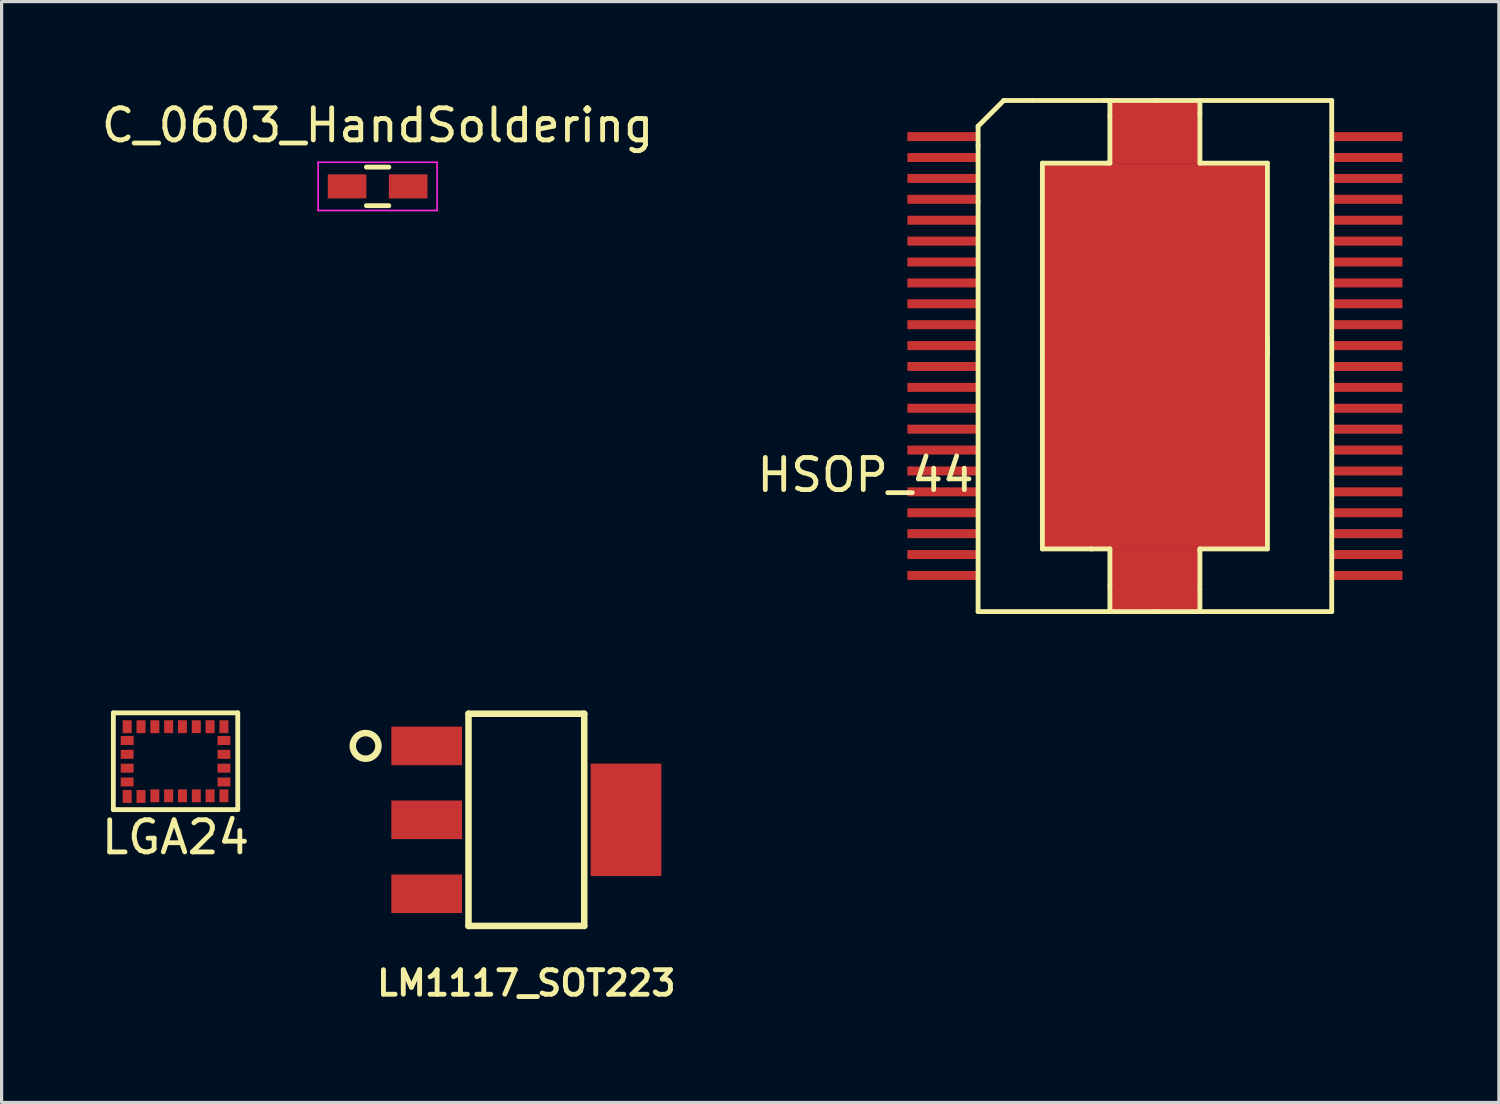
<source format=kicad_pcb>
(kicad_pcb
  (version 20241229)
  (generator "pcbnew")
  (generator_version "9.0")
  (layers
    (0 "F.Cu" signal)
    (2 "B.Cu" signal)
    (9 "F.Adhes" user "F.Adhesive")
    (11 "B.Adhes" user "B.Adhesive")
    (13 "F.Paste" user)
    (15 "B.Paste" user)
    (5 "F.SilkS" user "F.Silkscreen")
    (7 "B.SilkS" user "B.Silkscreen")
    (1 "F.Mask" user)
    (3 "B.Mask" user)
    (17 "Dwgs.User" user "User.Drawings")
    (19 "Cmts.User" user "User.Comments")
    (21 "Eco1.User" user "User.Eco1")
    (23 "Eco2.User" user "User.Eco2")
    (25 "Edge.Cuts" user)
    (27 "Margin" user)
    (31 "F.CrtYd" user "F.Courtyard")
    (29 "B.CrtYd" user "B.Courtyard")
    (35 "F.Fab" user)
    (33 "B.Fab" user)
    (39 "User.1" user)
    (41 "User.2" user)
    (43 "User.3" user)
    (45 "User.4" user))
  (footprint "LM1117_SOT223"
    (layer "F.Cu")
    (at 13.323 22.452)
    (property "Reference" "LM1117_SOT223" (at 0 5.08 0) (layer "F.SilkS") (effects (font (size 0.762 0.762) (thickness 0.152))))
    (attr smd)
    (fp_line (start -1.8 -3.3) (end 1.8 -3.3) (stroke (width 0.203) (type solid)) (layer "F.SilkS"))
    (fp_line (start -1.8 3.3) (end -1.8 -3.3) (stroke (width 0.203) (type solid)) (layer "F.SilkS"))
    (fp_line (start 1.8 -3.3) (end 1.8 3.3) (stroke (width 0.203) (type solid)) (layer "F.SilkS"))
    (fp_line (start 1.8 3.3) (end -1.8 3.3) (stroke (width 0.203) (type solid)) (layer "F.SilkS"))
    (fp_circle (center -5 -2.3) (end -4.6 -2.3) (stroke (width 0.203) (type solid)) (fill no) (layer "F.SilkS"))
    (pad "1" smd rect (at -3.1 2.3) (size 2.2 1.2) (layers "F.Cu" "F.Mask" "F.Paste"))
    (pad "2" smd rect (at -3.1 0) (size 2.2 1.2) (layers "F.Cu" "F.Mask" "F.Paste"))
    (pad "2" smd rect (at 3.1 0) (size 2.2 3.5) (layers "F.Cu" "F.Mask" "F.Paste"))
    (pad "3" smd rect (at -3.1 -2.3) (size 2.2 1.2) (layers "F.Cu" "F.Mask" "F.Paste")))
  (footprint "LGA24"
    (layer "F.Cu")
    (at 2.411 20.63)
    (property "Reference" "LGA24" (at 0 2.365 0) (layer "F.SilkS") (effects (font (size 1 1) (thickness 0.15))))
    (attr through_hole)
    (fp_line (start -1.935 -1.505) (end -1.935 1.505) (stroke (width 0.15) (type solid)) (layer "F.SilkS"))
    (fp_line (start -1.935 1.505) (end 1.935 1.505) (stroke (width 0.15) (type solid)) (layer "F.SilkS"))
    (fp_line (start 1.935 -1.505) (end -1.935 -1.505) (stroke (width 0.15) (type solid)) (layer "F.SilkS"))
    (fp_line (start 1.935 1.505) (end 1.935 -1.505) (stroke (width 0.15) (type solid)) (layer "F.SilkS"))
    (pad "1" smd rect (at -1.505 -1.075 90) (size 0.4 0.28) (layers "F.Cu" "F.Mask" "F.Paste"))
    (pad "2" smd rect (at -1.505 -0.645 180) (size 0.4 0.28) (layers "F.Cu" "F.Mask" "F.Paste"))
    (pad "3" smd rect (at -1.505 -0.215 180) (size 0.4 0.28) (layers "F.Cu" "F.Mask" "F.Paste"))
    (pad "4" smd rect (at -1.505 0.215 180) (size 0.4 0.28) (layers "F.Cu" "F.Mask" "F.Paste"))
    (pad "5" smd rect (at -1.505 0.645 180) (size 0.4 0.28) (layers "F.Cu" "F.Mask" "F.Paste"))
    (pad "6" smd rect (at -1.505 1.095 90) (size 0.4 0.28) (layers "F.Cu" "F.Mask" "F.Paste"))
    (pad "7" smd rect (at -1.075 1.095 90) (size 0.4 0.28) (layers "F.Cu" "F.Mask" "F.Paste"))
    (pad "8" smd rect (at -0.645 1.075 90) (size 0.4 0.28) (layers "F.Cu" "F.Mask" "F.Paste"))
    (pad "9" smd rect (at -0.215 1.075 90) (size 0.4 0.28) (layers "F.Cu" "F.Mask" "F.Paste"))
    (pad "10" smd rect (at 0.215 1.075 90) (size 0.4 0.28) (layers "F.Cu" "F.Mask" "F.Paste"))
    (pad "11" smd rect (at 0.645 1.075 90) (size 0.4 0.28) (layers "F.Cu" "F.Mask" "F.Paste"))
    (pad "12" smd rect (at 1.075 1.075 90) (size 0.4 0.28) (layers "F.Cu" "F.Mask" "F.Paste"))
    (pad "13" smd rect (at 1.505 1.075 90) (size 0.4 0.28) (layers "F.Cu" "F.Mask" "F.Paste"))
    (pad "14" smd rect (at 1.505 0.645 180) (size 0.4 0.28) (layers "F.Cu" "F.Mask" "F.Paste"))
    (pad "15" smd rect (at 1.505 0.215 180) (size 0.4 0.28) (layers "F.Cu" "F.Mask" "F.Paste"))
    (pad "16" smd rect (at 1.505 -0.215 180) (size 0.4 0.28) (layers "F.Cu" "F.Mask" "F.Paste"))
    (pad "17" smd rect (at 1.505 -0.645 180) (size 0.4 0.28) (layers "F.Cu" "F.Mask" "F.Paste"))
    (pad "18" smd rect (at 1.505 -1.075 90) (size 0.4 0.28) (layers "F.Cu" "F.Mask" "F.Paste"))
    (pad "19" smd rect (at 1.075 -1.075 90) (size 0.4 0.28) (layers "F.Cu" "F.Mask" "F.Paste"))
    (pad "20" smd rect (at 0.645 -1.075 90) (size 0.4 0.28) (layers "F.Cu" "F.Mask" "F.Paste"))
    (pad "21" smd rect (at 0.215 -1.075 90) (size 0.4 0.28) (layers "F.Cu" "F.Mask" "F.Paste"))
    (pad "22" smd rect (at -0.215 -1.075 90) (size 0.4 0.28) (layers "F.Cu" "F.Mask" "F.Paste"))
    (pad "23" smd rect (at -0.645 -1.075 90) (size 0.4 0.28) (layers "F.Cu" "F.Mask" "F.Paste"))
    (pad "24" smd rect (at -1.075 -1.075 90) (size 0.4 0.28) (layers "F.Cu" "F.Mask" "F.Paste")))
  (footprint "C_0603_HandSoldering"
    (layer "F.Cu")
    (at 8.696 2.748)
    (property "Reference" "C_0603_HandSoldering" (at 0 -1.9 0) (layer "F.SilkS") (effects (font (size 1 1) (thickness 0.15))))
    (attr smd)
    (fp_line (start -0.35 -0.6) (end 0.35 -0.6) (stroke (width 0.15) (type solid)) (layer "F.SilkS"))
    (fp_line (start 0.35 0.6) (end -0.35 0.6) (stroke (width 0.15) (type solid)) (layer "F.SilkS"))
    (fp_line (start -1.85 -0.75) (end -1.85 0.75) (stroke (width 0.05) (type solid)) (layer "F.CrtYd"))
    (fp_line (start -1.85 -0.75) (end 1.85 -0.75) (stroke (width 0.05) (type solid)) (layer "F.CrtYd"))
    (fp_line (start -1.85 0.75) (end 1.85 0.75) (stroke (width 0.05) (type solid)) (layer "F.CrtYd"))
    (fp_line (start 1.85 -0.75) (end 1.85 0.75) (stroke (width 0.05) (type solid)) (layer "F.CrtYd"))
    (pad "1" smd rect (at -0.95 0) (size 1.2 0.75) (layers "F.Cu" "F.Mask" "F.Paste"))
    (pad "2" smd rect (at 0.95 0) (size 1.2 0.75) (layers "F.Cu" "F.Mask" "F.Paste")))
  (footprint "HSOP_44"
    (layer "F.Cu")
    (at 32.875 8.025)
    (property "Reference" "HSOP_44" (at -9 3.7 0) (layer "F.SilkS") (effects (font (size 1 1) (thickness 0.15))))
    (attr through_hole)
    (fp_line (start -5.5 -7.15) (end -4.7 -7.95) (stroke (width 0.15) (type solid)) (layer "F.SilkS"))
    (fp_line (start -5.5 -6.55) (end -5.5 -7.15) (stroke (width 0.15) (type solid)) (layer "F.SilkS"))
    (fp_line (start -5.5 -4.8) (end -5.5 -6.55) (stroke (width 0.15) (type solid)) (layer "F.SilkS"))
    (fp_line (start -5.5 7.95) (end -5.5 -4.8) (stroke (width 0.15) (type solid)) (layer "F.SilkS"))
    (fp_line (start -4.7 -7.95) (end -3.8 -7.95) (stroke (width 0.15) (type solid)) (layer "F.SilkS"))
    (fp_line (start -3.5 -6) (end -1.5 -6) (stroke (width 0.15) (type solid)) (layer "F.SilkS"))
    (fp_line (start -3.5 0.05) (end -3.5 -6) (stroke (width 0.15) (type solid)) (layer "F.SilkS"))
    (fp_line (start -3.5 0.05) (end -3.5 6) (stroke (width 0.15) (type solid)) (layer "F.SilkS"))
    (fp_line (start -3.5 6) (end -1.95 6) (stroke (width 0.15) (type solid)) (layer "F.SilkS"))
    (fp_line (start -1.6 -7.95) (end -3.8 -7.95) (stroke (width 0.15) (type solid)) (layer "F.SilkS"))
    (fp_line (start -1.4 -7.95) (end -1.6 -7.95) (stroke (width 0.15) (type solid)) (layer "F.SilkS"))
    (fp_line (start -1.4 -7.95) (end -1.4 -7.45) (stroke (width 0.15) (type solid)) (layer "F.SilkS"))
    (fp_line (start -1.4 -7.45) (end -1.4 -6) (stroke (width 0.15) (type solid)) (layer "F.SilkS"))
    (fp_line (start -1.4 -6) (end -1.5 -6) (stroke (width 0.15) (type solid)) (layer "F.SilkS"))
    (fp_line (start -1.4 6) (end -2 6) (stroke (width 0.15) (type solid)) (layer "F.SilkS"))
    (fp_line (start -1.4 7.15) (end -1.4 6) (stroke (width 0.15) (type solid)) (layer "F.SilkS"))
    (fp_line (start -1.4 7.95) (end -1.4 7.15) (stroke (width 0.15) (type solid)) (layer "F.SilkS"))
    (fp_line (start 0 -7.95) (end -1.5 -7.95) (stroke (width 0.15) (type solid)) (layer "F.SilkS"))
    (fp_line (start 0 7.95) (end -5.5 7.95) (stroke (width 0.15) (type solid)) (layer "F.SilkS"))
    (fp_line (start 0 7.95) (end 5.5 7.95) (stroke (width 0.15) (type solid)) (layer "F.SilkS"))
    (fp_line (start 1.4 -7.95) (end 1.4 -7.55) (stroke (width 0.15) (type solid)) (layer "F.SilkS"))
    (fp_line (start 1.4 -7.55) (end 1.4 -6) (stroke (width 0.15) (type solid)) (layer "F.SilkS"))
    (fp_line (start 1.4 -6) (end 3.5 -6) (stroke (width 0.15) (type solid)) (layer "F.SilkS"))
    (fp_line (start 1.4 6) (end 3.5 6) (stroke (width 0.15) (type solid)) (layer "F.SilkS"))
    (fp_line (start 1.4 6.05) (end 1.4 6) (stroke (width 0.15) (type solid)) (layer "F.SilkS"))
    (fp_line (start 1.4 7.25) (end 1.4 6.05) (stroke (width 0.15) (type solid)) (layer "F.SilkS"))
    (fp_line (start 1.4 7.95) (end 1.4 7.25) (stroke (width 0.15) (type solid)) (layer "F.SilkS"))
    (fp_line (start 3.5 -0.05) (end 3.5 -0.55) (stroke (width 0.15) (type solid)) (layer "F.SilkS"))
    (fp_line (start 3.5 0) (end 3.5 -6) (stroke (width 0.15) (type solid)) (layer "F.SilkS"))
    (fp_line (start 3.5 0) (end 3.5 6) (stroke (width 0.15) (type solid)) (layer "F.SilkS"))
    (fp_line (start 5.5 -7.95) (end 0 -7.95) (stroke (width 0.15) (type solid)) (layer "F.SilkS"))
    (fp_line (start 5.5 7.95) (end 5.5 -7.95) (stroke (width 0.15) (type solid)) (layer "F.SilkS"))
    (pad "1" smd rect (at -6.6 -6.825) (size 2.2 0.28) (layers "F.Cu" "F.Mask" "F.Paste"))
    (pad "2" smd rect (at -6.6 -6.175) (size 2.2 0.28) (layers "F.Cu" "F.Mask" "F.Paste"))
    (pad "3" smd rect (at -6.6 -5.525) (size 2.2 0.28) (layers "F.Cu" "F.Mask" "F.Paste"))
    (pad "4" smd rect (at -6.6 -4.875) (size 2.2 0.28) (layers "F.Cu" "F.Mask" "F.Paste"))
    (pad "5" smd rect (at -6.6 -4.225) (size 2.2 0.28) (layers "F.Cu" "F.Mask" "F.Paste"))
    (pad "6" smd rect (at -6.6 -3.575) (size 2.2 0.28) (layers "F.Cu" "F.Mask" "F.Paste"))
    (pad "7" smd rect (at -6.6 -2.925) (size 2.2 0.28) (layers "F.Cu" "F.Mask" "F.Paste"))
    (pad "8" smd rect (at -6.6 -2.275) (size 2.2 0.28) (layers "F.Cu" "F.Mask" "F.Paste"))
    (pad "9" smd rect (at -6.6 -1.625) (size 2.2 0.28) (layers "F.Cu" "F.Mask" "F.Paste"))
    (pad "10" smd rect (at -6.6 -0.975) (size 2.2 0.28) (layers "F.Cu" "F.Mask" "F.Paste"))
    (pad "11" smd rect (at -6.6 -0.325) (size 2.2 0.28) (layers "F.Cu" "F.Mask" "F.Paste"))
    (pad "12" smd rect (at -6.6 0.325) (size 2.2 0.28) (layers "F.Cu" "F.Mask" "F.Paste"))
    (pad "13" smd rect (at -6.6 0.975) (size 2.2 0.28) (layers "F.Cu" "F.Mask" "F.Paste"))
    (pad "14" smd rect (at -6.6 1.625) (size 2.2 0.28) (layers "F.Cu" "F.Mask" "F.Paste"))
    (pad "15" smd rect (at -6.6 2.275) (size 2.2 0.28) (layers "F.Cu" "F.Mask" "F.Paste"))
    (pad "16" smd rect (at -6.6 2.925) (size 2.2 0.28) (layers "F.Cu" "F.Mask" "F.Paste"))
    (pad "17" smd rect (at -6.6 3.575) (size 2.2 0.28) (layers "F.Cu" "F.Mask" "F.Paste"))
    (pad "18" smd rect (at -6.6 4.225) (size 2.2 0.28) (layers "F.Cu" "F.Mask" "F.Paste"))
    (pad "19" smd rect (at -6.6 4.875) (size 2.2 0.28) (layers "F.Cu" "F.Mask" "F.Paste"))
    (pad "20" smd rect (at -6.6 5.525) (size 2.2 0.28) (layers "F.Cu" "F.Mask" "F.Paste"))
    (pad "21" smd rect (at -6.6 6.175) (size 2.2 0.28) (layers "F.Cu" "F.Mask" "F.Paste"))
    (pad "22" smd rect (at -6.6 6.825) (size 2.2 0.28) (layers "F.Cu" "F.Mask" "F.Paste"))
    (pad "23" smd rect (at 6.6 6.825) (size 2.2 0.28) (layers "F.Cu" "F.Mask" "F.Paste"))
    (pad "24" smd rect (at 6.6 6.175) (size 2.2 0.28) (layers "F.Cu" "F.Mask" "F.Paste"))
    (pad "25" smd rect (at 6.6 5.525) (size 2.2 0.28) (layers "F.Cu" "F.Mask" "F.Paste"))
    (pad "26" smd rect (at 6.6 4.875) (size 2.2 0.28) (layers "F.Cu" "F.Mask" "F.Paste"))
    (pad "27" smd rect (at 6.6 4.225) (size 2.2 0.28) (layers "F.Cu" "F.Mask" "F.Paste"))
    (pad "28" smd rect (at 6.6 3.575) (size 2.2 0.28) (layers "F.Cu" "F.Mask" "F.Paste"))
    (pad "29" smd rect (at 6.6 2.925) (size 2.2 0.28) (layers "F.Cu" "F.Mask" "F.Paste"))
    (pad "30" smd rect (at 6.6 2.275) (size 2.2 0.28) (layers "F.Cu" "F.Mask" "F.Paste"))
    (pad "31" smd rect (at 6.6 1.625) (size 2.2 0.28) (layers "F.Cu" "F.Mask" "F.Paste"))
    (pad "32" smd rect (at 6.6 0.975) (size 2.2 0.28) (layers "F.Cu" "F.Mask" "F.Paste"))
    (pad "33" smd rect (at 6.6 0.325) (size 2.2 0.28) (layers "F.Cu" "F.Mask" "F.Paste"))
    (pad "34" smd rect (at 6.6 -0.325) (size 2.2 0.28) (layers "F.Cu" "F.Mask" "F.Paste"))
    (pad "35" smd rect (at 6.6 -0.975) (size 2.2 0.28) (layers "F.Cu" "F.Mask" "F.Paste"))
    (pad "36" smd rect (at 6.6 -1.625) (size 2.2 0.28) (layers "F.Cu" "F.Mask" "F.Paste"))
    (pad "37" smd rect (at 6.6 -2.275) (size 2.2 0.28) (layers "F.Cu" "F.Mask" "F.Paste"))
    (pad "38" smd rect (at 6.6 -2.925) (size 2.2 0.28) (layers "F.Cu" "F.Mask" "F.Paste"))
    (pad "39" smd rect (at 6.6 -3.575) (size 2.2 0.28) (layers "F.Cu" "F.Mask" "F.Paste"))
    (pad "40" smd rect (at 6.6 -4.225) (size 2.2 0.28) (layers "F.Cu" "F.Mask" "F.Paste"))
    (pad "41" smd rect (at 6.6 -4.875) (size 2.2 0.28) (layers "F.Cu" "F.Mask" "F.Paste"))
    (pad "42" smd rect (at 6.6 -5.525) (size 2.2 0.28) (layers "F.Cu" "F.Mask" "F.Paste"))
    (pad "43" smd rect (at 6.6 -6.175) (size 2.2 0.28) (layers "F.Cu" "F.Mask" "F.Paste"))
    (pad "44" smd rect (at 6.6 -6.825) (size 2.2 0.28) (layers "F.Cu" "F.Mask" "F.Paste"))
    (pad "49" smd rect (at 0 -7) (size 2.8 2) (layers "F.Cu" "F.Mask" "F.Paste"))
    (pad "49" smd rect (at 0 0) (size 7 12) (layers "F.Cu" "F.Mask" "F.Paste"))
    (pad "49" smd rect (at 0 7) (size 2.8 2) (layers "F.Cu" "F.Mask" "F.Paste")))
  (gr_rect
    (start -3 -3)
    (end 43.575 31.245)
    (stroke (width 0.1) (type default))
    (fill no)
    (layer "Edge.Cuts")))
</source>
